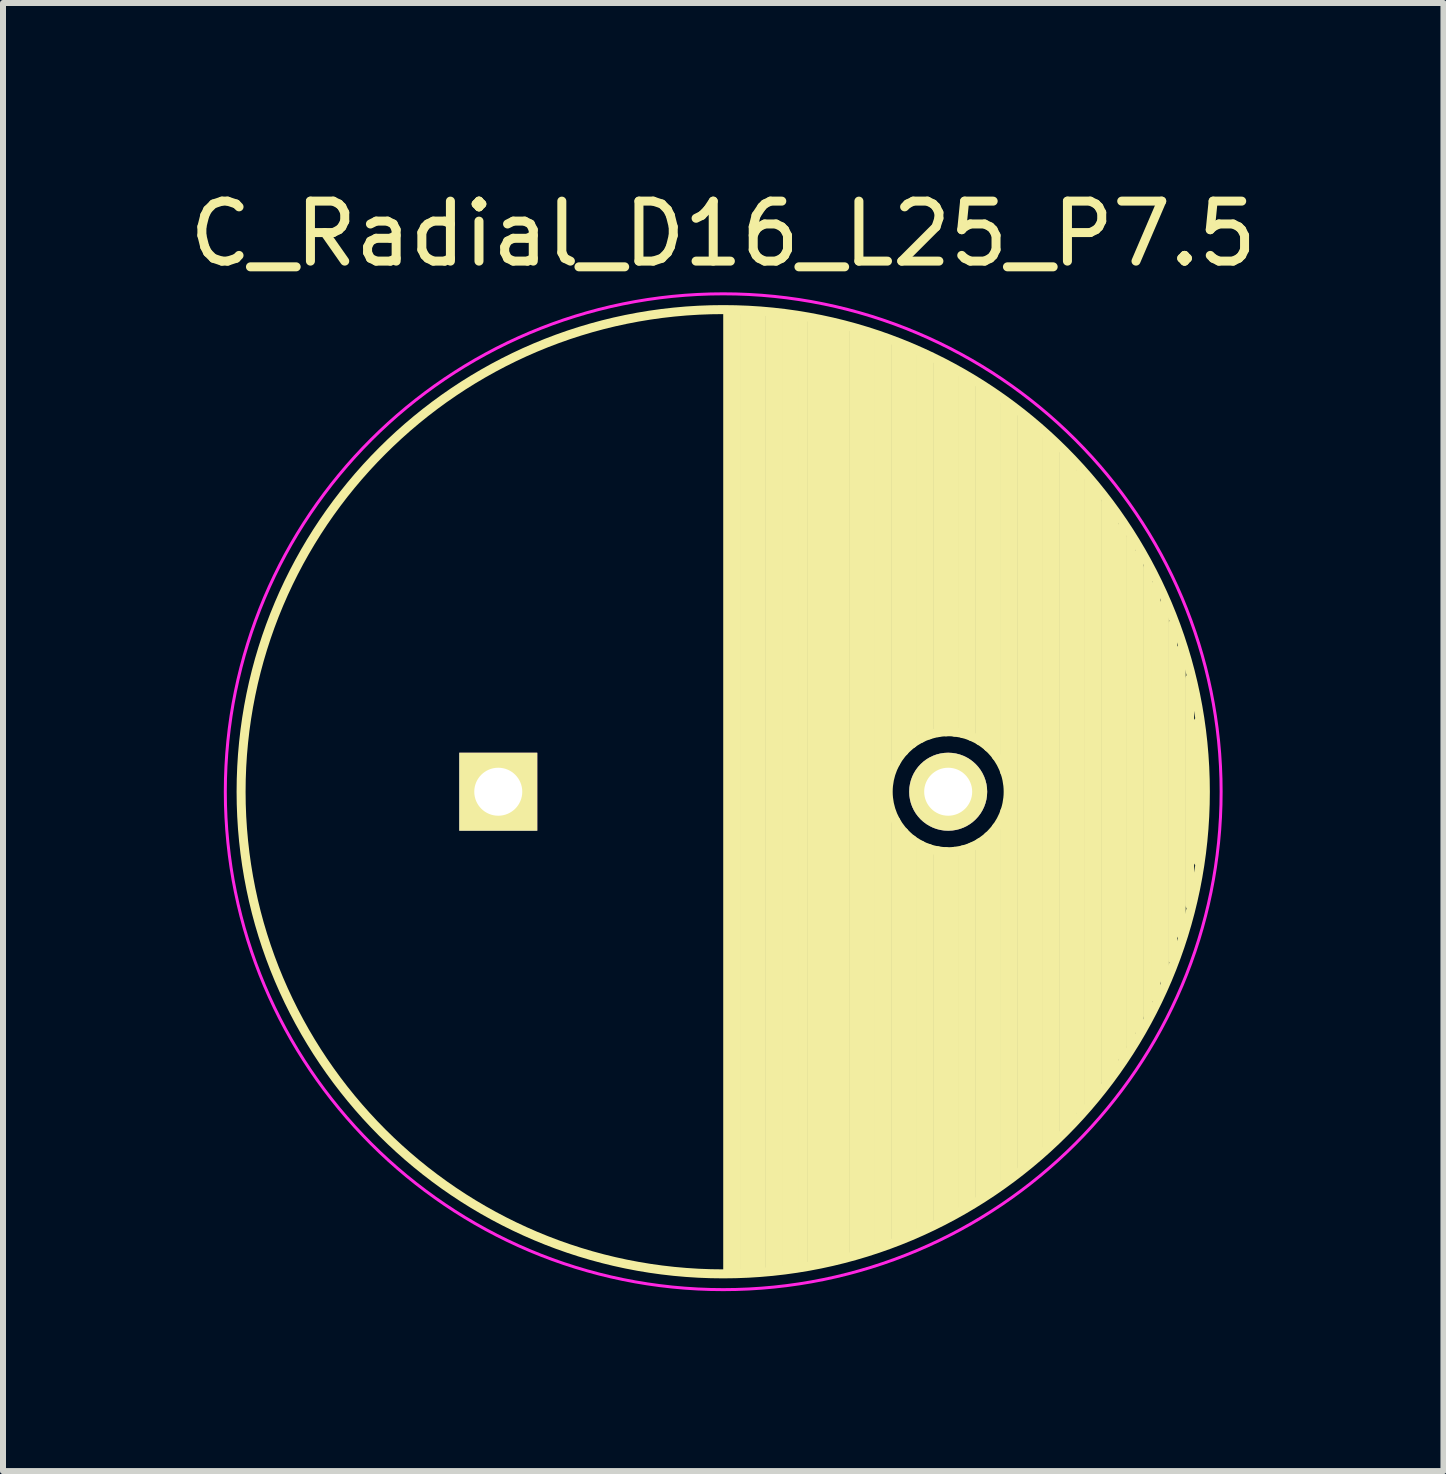
<source format=kicad_pcb>
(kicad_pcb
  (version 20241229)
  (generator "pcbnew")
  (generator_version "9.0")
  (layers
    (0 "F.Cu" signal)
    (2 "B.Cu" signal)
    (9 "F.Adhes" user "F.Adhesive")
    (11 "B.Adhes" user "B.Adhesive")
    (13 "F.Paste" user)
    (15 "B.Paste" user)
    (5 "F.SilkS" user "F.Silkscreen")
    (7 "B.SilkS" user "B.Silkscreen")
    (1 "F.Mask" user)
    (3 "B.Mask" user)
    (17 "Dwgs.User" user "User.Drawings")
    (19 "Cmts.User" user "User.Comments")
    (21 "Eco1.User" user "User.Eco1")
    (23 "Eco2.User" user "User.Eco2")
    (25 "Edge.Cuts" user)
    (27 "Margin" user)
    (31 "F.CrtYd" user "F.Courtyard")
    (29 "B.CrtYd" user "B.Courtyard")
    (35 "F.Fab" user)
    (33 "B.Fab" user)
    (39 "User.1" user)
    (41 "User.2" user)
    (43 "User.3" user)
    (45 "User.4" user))
  (footprint "C_Radial_D16_L25_P7.5"
    (layer "F.Cu")
    (at 5.256 10.148)
    (property "Reference" "C_Radial_D16_L25_P7.5" (at 3.75 -9.3 0) (layer "F.SilkS") (effects (font (size 1 1) (thickness 0.15))))
    (attr through_hole)
    (fp_line (start 3.825 -8) (end 3.825 8) (stroke (width 0.15) (type solid)) (layer "F.SilkS"))
    (fp_line (start 3.965 -7.997) (end 3.965 7.997) (stroke (width 0.15) (type solid)) (layer "F.SilkS"))
    (fp_line (start 4.105 -7.992) (end 4.105 7.992) (stroke (width 0.15) (type solid)) (layer "F.SilkS"))
    (fp_line (start 4.245 -7.985) (end 4.245 7.985) (stroke (width 0.15) (type solid)) (layer "F.SilkS"))
    (fp_line (start 4.385 -7.975) (end 4.385 7.975) (stroke (width 0.15) (type solid)) (layer "F.SilkS"))
    (fp_line (start 4.525 -7.962) (end 4.525 7.962) (stroke (width 0.15) (type solid)) (layer "F.SilkS"))
    (fp_line (start 4.665 -7.948) (end 4.665 7.948) (stroke (width 0.15) (type solid)) (layer "F.SilkS"))
    (fp_line (start 4.805 -7.93) (end 4.805 7.93) (stroke (width 0.15) (type solid)) (layer "F.SilkS"))
    (fp_line (start 4.945 -7.91) (end 4.945 7.91) (stroke (width 0.15) (type solid)) (layer "F.SilkS"))
    (fp_line (start 5.085 -7.888) (end 5.085 7.888) (stroke (width 0.15) (type solid)) (layer "F.SilkS"))
    (fp_line (start 5.225 -7.863) (end 5.225 7.863) (stroke (width 0.15) (type solid)) (layer "F.SilkS"))
    (fp_line (start 5.365 -7.835) (end 5.365 7.835) (stroke (width 0.15) (type solid)) (layer "F.SilkS"))
    (fp_line (start 5.505 -7.805) (end 5.505 7.805) (stroke (width 0.15) (type solid)) (layer "F.SilkS"))
    (fp_line (start 5.645 -7.772) (end 5.645 7.772) (stroke (width 0.15) (type solid)) (layer "F.SilkS"))
    (fp_line (start 5.785 -7.737) (end 5.785 7.737) (stroke (width 0.15) (type solid)) (layer "F.SilkS"))
    (fp_line (start 5.925 -7.699) (end 5.925 7.699) (stroke (width 0.15) (type solid)) (layer "F.SilkS"))
    (fp_line (start 6.065 -7.658) (end 6.065 7.658) (stroke (width 0.15) (type solid)) (layer "F.SilkS"))
    (fp_line (start 6.205 -7.614) (end 6.205 7.614) (stroke (width 0.15) (type solid)) (layer "F.SilkS"))
    (fp_line (start 6.345 -7.567) (end 6.345 7.567) (stroke (width 0.15) (type solid)) (layer "F.SilkS"))
    (fp_line (start 6.485 -7.518) (end 6.485 7.518) (stroke (width 0.15) (type solid)) (layer "F.SilkS"))
    (fp_line (start 6.625 -7.466) (end 6.625 -0.484) (stroke (width 0.15) (type solid)) (layer "F.SilkS"))
    (fp_line (start 6.625 0.484) (end 6.625 7.466) (stroke (width 0.15) (type solid)) (layer "F.SilkS"))
    (fp_line (start 6.765 -7.41) (end 6.765 -0.678) (stroke (width 0.15) (type solid)) (layer "F.SilkS"))
    (fp_line (start 6.765 0.678) (end 6.765 7.41) (stroke (width 0.15) (type solid)) (layer "F.SilkS"))
    (fp_line (start 6.905 -7.352) (end 6.905 -0.804) (stroke (width 0.15) (type solid)) (layer "F.SilkS"))
    (fp_line (start 6.905 0.804) (end 6.905 7.352) (stroke (width 0.15) (type solid)) (layer "F.SilkS"))
    (fp_line (start 7.045 -7.29) (end 7.045 -0.89) (stroke (width 0.15) (type solid)) (layer "F.SilkS"))
    (fp_line (start 7.045 0.89) (end 7.045 7.29) (stroke (width 0.15) (type solid)) (layer "F.SilkS"))
    (fp_line (start 7.185 -7.225) (end 7.185 -0.949) (stroke (width 0.15) (type solid)) (layer "F.SilkS"))
    (fp_line (start 7.185 0.949) (end 7.185 7.225) (stroke (width 0.15) (type solid)) (layer "F.SilkS"))
    (fp_line (start 7.325 -7.157) (end 7.325 -0.985) (stroke (width 0.15) (type solid)) (layer "F.SilkS"))
    (fp_line (start 7.325 0.985) (end 7.325 7.157) (stroke (width 0.15) (type solid)) (layer "F.SilkS"))
    (fp_line (start 7.465 -7.085) (end 7.465 -0.999) (stroke (width 0.15) (type solid)) (layer "F.SilkS"))
    (fp_line (start 7.465 0.999) (end 7.465 7.085) (stroke (width 0.15) (type solid)) (layer "F.SilkS"))
    (fp_line (start 7.605 -7.01) (end 7.605 -0.994) (stroke (width 0.15) (type solid)) (layer "F.SilkS"))
    (fp_line (start 7.605 0.994) (end 7.605 7.01) (stroke (width 0.15) (type solid)) (layer "F.SilkS"))
    (fp_line (start 7.745 -6.931) (end 7.745 -0.97) (stroke (width 0.15) (type solid)) (layer "F.SilkS"))
    (fp_line (start 7.745 0.97) (end 7.745 6.931) (stroke (width 0.15) (type solid)) (layer "F.SilkS"))
    (fp_line (start 7.885 -6.848) (end 7.885 -0.923) (stroke (width 0.15) (type solid)) (layer "F.SilkS"))
    (fp_line (start 7.885 0.923) (end 7.885 6.848) (stroke (width 0.15) (type solid)) (layer "F.SilkS"))
    (fp_line (start 8.025 -6.762) (end 8.025 -0.851) (stroke (width 0.15) (type solid)) (layer "F.SilkS"))
    (fp_line (start 8.025 0.851) (end 8.025 6.762) (stroke (width 0.15) (type solid)) (layer "F.SilkS"))
    (fp_line (start 8.165 -6.671) (end 8.165 -0.747) (stroke (width 0.15) (type solid)) (layer "F.SilkS"))
    (fp_line (start 8.165 0.747) (end 8.165 6.671) (stroke (width 0.15) (type solid)) (layer "F.SilkS"))
    (fp_line (start 8.305 -6.577) (end 8.305 -0.593) (stroke (width 0.15) (type solid)) (layer "F.SilkS"))
    (fp_line (start 8.305 0.593) (end 8.305 6.577) (stroke (width 0.15) (type solid)) (layer "F.SilkS"))
    (fp_line (start 8.445 -6.477) (end 8.445 -0.327) (stroke (width 0.15) (type solid)) (layer "F.SilkS"))
    (fp_line (start 8.445 0.327) (end 8.445 6.477) (stroke (width 0.15) (type solid)) (layer "F.SilkS"))
    (fp_line (start 8.585 -6.374) (end 8.585 6.374) (stroke (width 0.15) (type solid)) (layer "F.SilkS"))
    (fp_line (start 8.725 -6.265) (end 8.725 6.265) (stroke (width 0.15) (type solid)) (layer "F.SilkS"))
    (fp_line (start 8.865 -6.151) (end 8.865 6.151) (stroke (width 0.15) (type solid)) (layer "F.SilkS"))
    (fp_line (start 9.005 -6.032) (end 9.005 6.032) (stroke (width 0.15) (type solid)) (layer "F.SilkS"))
    (fp_line (start 9.145 -5.907) (end 9.145 5.907) (stroke (width 0.15) (type solid)) (layer "F.SilkS"))
    (fp_line (start 9.285 -5.776) (end 9.285 5.776) (stroke (width 0.15) (type solid)) (layer "F.SilkS"))
    (fp_line (start 9.425 -5.639) (end 9.425 5.639) (stroke (width 0.15) (type solid)) (layer "F.SilkS"))
    (fp_line (start 9.565 -5.494) (end 9.565 5.494) (stroke (width 0.15) (type solid)) (layer "F.SilkS"))
    (fp_line (start 9.705 -5.342) (end 9.705 5.342) (stroke (width 0.15) (type solid)) (layer "F.SilkS"))
    (fp_line (start 9.845 -5.182) (end 9.845 5.182) (stroke (width 0.15) (type solid)) (layer "F.SilkS"))
    (fp_line (start 9.985 -5.012) (end 9.985 5.012) (stroke (width 0.15) (type solid)) (layer "F.SilkS"))
    (fp_line (start 10.125 -4.833) (end 10.125 4.833) (stroke (width 0.15) (type solid)) (layer "F.SilkS"))
    (fp_line (start 10.265 -4.643) (end 10.265 4.643) (stroke (width 0.15) (type solid)) (layer "F.SilkS"))
    (fp_line (start 10.405 -4.44) (end 10.405 4.44) (stroke (width 0.15) (type solid)) (layer "F.SilkS"))
    (fp_line (start 10.545 -4.222) (end 10.545 4.222) (stroke (width 0.15) (type solid)) (layer "F.SilkS"))
    (fp_line (start 10.685 -3.988) (end 10.685 3.988) (stroke (width 0.15) (type solid)) (layer "F.SilkS"))
    (fp_line (start 10.825 -3.734) (end 10.825 3.734) (stroke (width 0.15) (type solid)) (layer "F.SilkS"))
    (fp_line (start 10.965 -3.456) (end 10.965 3.456) (stroke (width 0.15) (type solid)) (layer "F.SilkS"))
    (fp_line (start 11.105 -3.147) (end 11.105 3.147) (stroke (width 0.15) (type solid)) (layer "F.SilkS"))
    (fp_line (start 11.245 -2.797) (end 11.245 2.797) (stroke (width 0.15) (type solid)) (layer "F.SilkS"))
    (fp_line (start 11.385 -2.389) (end 11.385 2.389) (stroke (width 0.15) (type solid)) (layer "F.SilkS"))
    (fp_line (start 11.525 -1.884) (end 11.525 1.884) (stroke (width 0.15) (type solid)) (layer "F.SilkS"))
    (fp_line (start 11.665 -1.163) (end 11.665 1.163) (stroke (width 0.15) (type solid)) (layer "F.SilkS"))
    (fp_circle (center 3.75 0) (end 3.75 -8.037) (stroke (width 0.15) (type solid)) (fill no) (layer "F.SilkS"))
    (fp_circle (center 7.5 0) (end 7.5 -1) (stroke (width 0.15) (type solid)) (fill no) (layer "F.SilkS"))
    (fp_circle (center 3.75 0) (end 3.75 -8.3) (stroke (width 0.05) (type solid)) (fill no) (layer "F.CrtYd"))
    (pad "1" thru_hole rect (at 0 0) (size 1.3 1.3) (drill 0.8) (layers "*.Cu" "*.Mask" "F.SilkS"))
    (pad "2" thru_hole circle (at 7.5 0) (size 1.3 1.3) (drill 0.8) (layers "*.Cu" "*.Mask" "F.SilkS")))
  (gr_rect
    (start -3 -3)
    (end 21.012 21.473)
    (stroke (width 0.1) (type default))
    (fill no)
    (layer "Edge.Cuts")))
</source>
